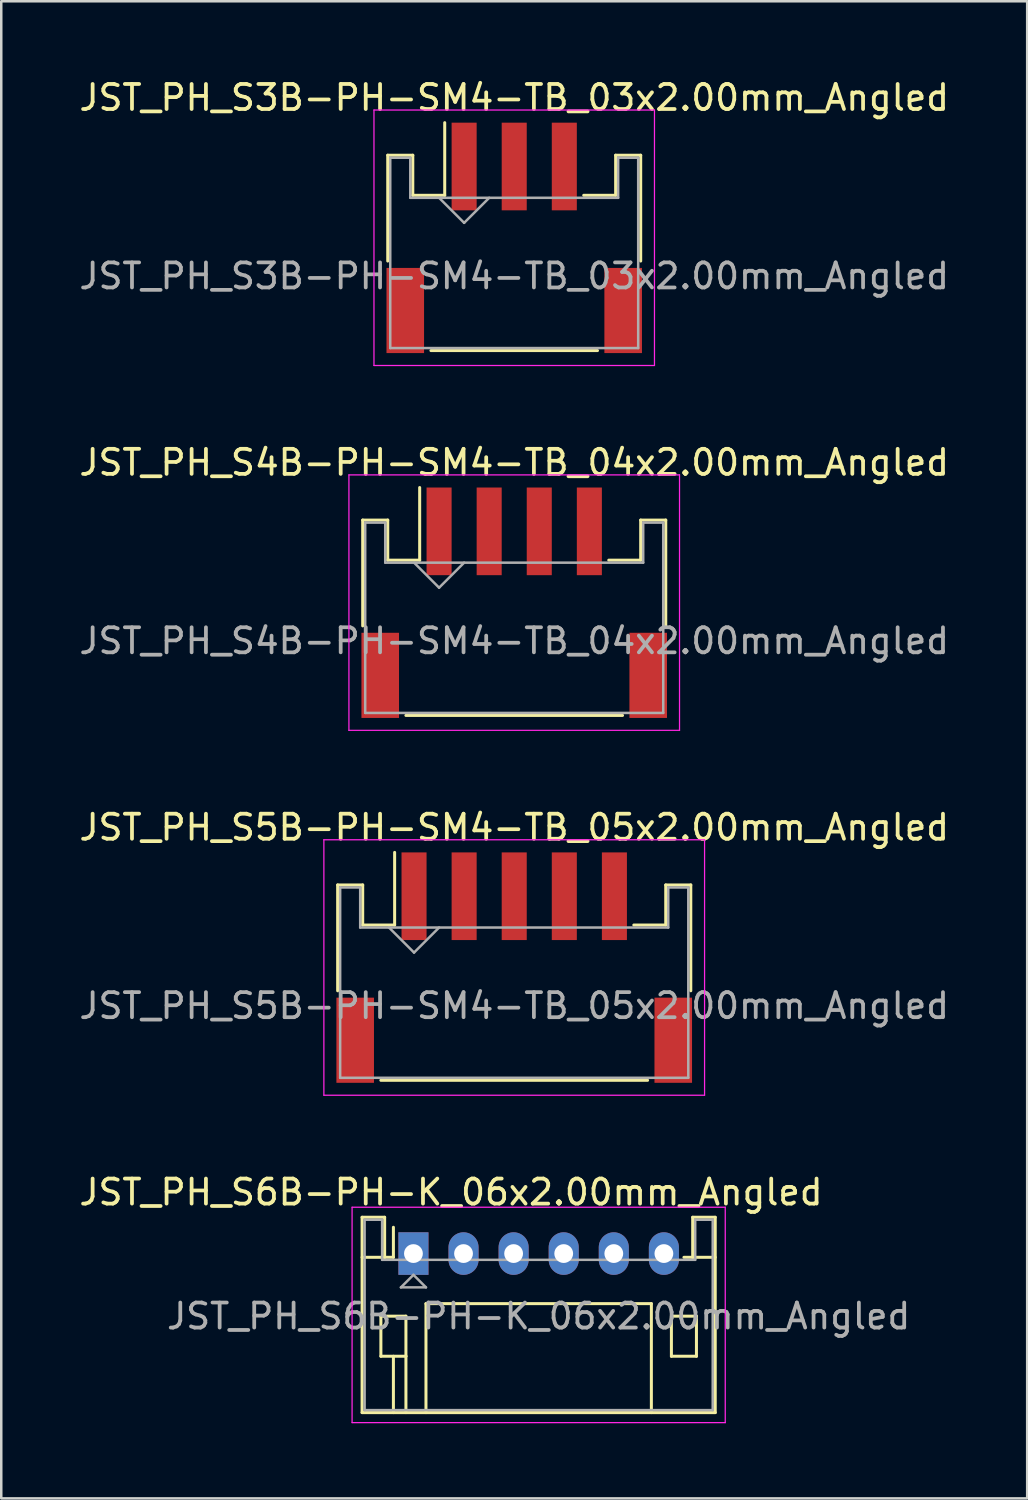
<source format=kicad_pcb>
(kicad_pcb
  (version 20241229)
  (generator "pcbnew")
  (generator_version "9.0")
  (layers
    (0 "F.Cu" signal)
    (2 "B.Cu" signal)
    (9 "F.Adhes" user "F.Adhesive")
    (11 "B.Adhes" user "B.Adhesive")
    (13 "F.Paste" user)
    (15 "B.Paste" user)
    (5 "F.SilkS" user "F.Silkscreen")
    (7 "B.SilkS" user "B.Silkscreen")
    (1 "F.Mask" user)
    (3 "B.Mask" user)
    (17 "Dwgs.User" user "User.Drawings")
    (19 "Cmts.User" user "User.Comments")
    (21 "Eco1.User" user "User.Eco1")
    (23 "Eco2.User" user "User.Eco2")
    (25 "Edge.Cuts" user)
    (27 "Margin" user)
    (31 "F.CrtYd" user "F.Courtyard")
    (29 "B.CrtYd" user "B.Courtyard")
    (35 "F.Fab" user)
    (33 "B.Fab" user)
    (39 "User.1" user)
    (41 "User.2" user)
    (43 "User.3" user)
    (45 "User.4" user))
  (footprint "JST_PH_S5B-PH-SM4-TB_05x2.00mm_Angled"
    (layer "F.Cu")
    (at 17.482 35.61)
    (property "Reference" "JST_PH_S5B-PH-SM4-TB_05x2.00mm_Angled" (at 0 -5.625 0) (layer "F.SilkS") (effects (font (size 1 1) (thickness 0.15))))
    (attr smd)
    (fp_line (start -7.05 -3.325) (end -7.05 0.9) (stroke (width 0.12) (type solid)) (layer "F.SilkS"))
    (fp_line (start -6.05 -3.325) (end -7.05 -3.325) (stroke (width 0.12) (type solid)) (layer "F.SilkS"))
    (fp_line (start -6.05 -1.725) (end -6.05 -3.325) (stroke (width 0.12) (type solid)) (layer "F.SilkS"))
    (fp_line (start -5.325 4.475) (end 5.325 4.475) (stroke (width 0.12) (type solid)) (layer "F.SilkS"))
    (fp_line (start -4.775 -1.725) (end -6.05 -1.725) (stroke (width 0.12) (type solid)) (layer "F.SilkS"))
    (fp_line (start -4.775 -1.725) (end -4.775 -4.625) (stroke (width 0.12) (type solid)) (layer "F.SilkS"))
    (fp_line (start 6.05 -3.325) (end 6.05 -1.725) (stroke (width 0.12) (type solid)) (layer "F.SilkS"))
    (fp_line (start 6.05 -1.725) (end 4.775 -1.725) (stroke (width 0.12) (type solid)) (layer "F.SilkS"))
    (fp_line (start 7.05 -3.325) (end 6.05 -3.325) (stroke (width 0.12) (type solid)) (layer "F.SilkS"))
    (fp_line (start 7.05 0.9) (end 7.05 -3.325) (stroke (width 0.12) (type solid)) (layer "F.SilkS"))
    (fp_line (start -7.6 -5.13) (end -7.6 5.07) (stroke (width 0.05) (type solid)) (layer "F.CrtYd"))
    (fp_line (start -7.6 5.07) (end 7.6 5.07) (stroke (width 0.05) (type solid)) (layer "F.CrtYd"))
    (fp_line (start 7.6 -5.13) (end -7.6 -5.13) (stroke (width 0.05) (type solid)) (layer "F.CrtYd"))
    (fp_line (start 7.6 5.07) (end 7.6 -5.13) (stroke (width 0.05) (type solid)) (layer "F.CrtYd"))
    (fp_line (start -6.95 -3.225) (end -6.95 4.375) (stroke (width 0.1) (type solid)) (layer "F.Fab"))
    (fp_line (start -6.95 4.375) (end 6.95 4.375) (stroke (width 0.1) (type solid)) (layer "F.Fab"))
    (fp_line (start -6.15 -3.225) (end -6.95 -3.225) (stroke (width 0.1) (type solid)) (layer "F.Fab"))
    (fp_line (start -6.15 -1.625) (end -6.15 -3.225) (stroke (width 0.1) (type solid)) (layer "F.Fab"))
    (fp_line (start -5 -1.625) (end -4 -0.625) (stroke (width 0.1) (type solid)) (layer "F.Fab"))
    (fp_line (start -4 -0.625) (end -3 -1.625) (stroke (width 0.1) (type solid)) (layer "F.Fab"))
    (fp_line (start 6.15 -3.225) (end 6.15 -1.625) (stroke (width 0.1) (type solid)) (layer "F.Fab"))
    (fp_line (start 6.15 -1.625) (end -6.15 -1.625) (stroke (width 0.1) (type solid)) (layer "F.Fab"))
    (fp_line (start 6.95 -3.225) (end 6.15 -3.225) (stroke (width 0.1) (type solid)) (layer "F.Fab"))
    (fp_line (start 6.95 4.375) (end 6.95 -3.225) (stroke (width 0.1) (type solid)) (layer "F.Fab"))
    (fp_text user "${REFERENCE}" (at 0 1.5 0) (layer "F.Fab") (effects (font (size 1 1) (thickness 0.15))))
    (pad "" smd rect (at -6.35 2.875) (size 1.5 3.4) (layers "F.Cu" "F.Mask" "F.Paste"))
    (pad "" smd rect (at 6.35 2.875) (size 1.5 3.4) (layers "F.Cu" "F.Mask" "F.Paste"))
    (pad "1" smd rect (at -4 -2.875) (size 1 3.5) (layers "F.Cu" "F.Mask" "F.Paste"))
    (pad "2" smd rect (at -2 -2.875) (size 1 3.5) (layers "F.Cu" "F.Mask" "F.Paste"))
    (pad "3" smd rect (at 0 -2.875) (size 1 3.5) (layers "F.Cu" "F.Mask" "F.Paste"))
    (pad "4" smd rect (at 2 -2.875) (size 1 3.5) (layers "F.Cu" "F.Mask" "F.Paste"))
    (pad "5" smd rect (at 4 -2.875) (size 1 3.5) (layers "F.Cu" "F.Mask" "F.Paste")))
  (footprint "JST_PH_S4B-PH-SM4-TB_04x2.00mm_Angled"
    (layer "F.Cu")
    (at 17.482 21.041)
    (property "Reference" "JST_PH_S4B-PH-SM4-TB_04x2.00mm_Angled" (at 0 -5.625 0) (layer "F.SilkS") (effects (font (size 1 1) (thickness 0.15))))
    (attr smd)
    (fp_line (start -6.05 -3.325) (end -6.05 0.9) (stroke (width 0.12) (type solid)) (layer "F.SilkS"))
    (fp_line (start -5.05 -3.325) (end -6.05 -3.325) (stroke (width 0.12) (type solid)) (layer "F.SilkS"))
    (fp_line (start -5.05 -1.725) (end -5.05 -3.325) (stroke (width 0.12) (type solid)) (layer "F.SilkS"))
    (fp_line (start -4.325 4.475) (end 4.325 4.475) (stroke (width 0.12) (type solid)) (layer "F.SilkS"))
    (fp_line (start -3.775 -1.725) (end -5.05 -1.725) (stroke (width 0.12) (type solid)) (layer "F.SilkS"))
    (fp_line (start -3.775 -1.725) (end -3.775 -4.625) (stroke (width 0.12) (type solid)) (layer "F.SilkS"))
    (fp_line (start 5.05 -3.325) (end 5.05 -1.725) (stroke (width 0.12) (type solid)) (layer "F.SilkS"))
    (fp_line (start 5.05 -1.725) (end 3.775 -1.725) (stroke (width 0.12) (type solid)) (layer "F.SilkS"))
    (fp_line (start 6.05 -3.325) (end 5.05 -3.325) (stroke (width 0.12) (type solid)) (layer "F.SilkS"))
    (fp_line (start 6.05 0.9) (end 6.05 -3.325) (stroke (width 0.12) (type solid)) (layer "F.SilkS"))
    (fp_line (start -6.6 -5.13) (end -6.6 5.07) (stroke (width 0.05) (type solid)) (layer "F.CrtYd"))
    (fp_line (start -6.6 5.07) (end 6.6 5.07) (stroke (width 0.05) (type solid)) (layer "F.CrtYd"))
    (fp_line (start 6.6 -5.13) (end -6.6 -5.13) (stroke (width 0.05) (type solid)) (layer "F.CrtYd"))
    (fp_line (start 6.6 5.07) (end 6.6 -5.13) (stroke (width 0.05) (type solid)) (layer "F.CrtYd"))
    (fp_line (start -5.95 -3.225) (end -5.95 4.375) (stroke (width 0.1) (type solid)) (layer "F.Fab"))
    (fp_line (start -5.95 4.375) (end 5.95 4.375) (stroke (width 0.1) (type solid)) (layer "F.Fab"))
    (fp_line (start -5.15 -3.225) (end -5.95 -3.225) (stroke (width 0.1) (type solid)) (layer "F.Fab"))
    (fp_line (start -5.15 -1.625) (end -5.15 -3.225) (stroke (width 0.1) (type solid)) (layer "F.Fab"))
    (fp_line (start -4 -1.625) (end -3 -0.625) (stroke (width 0.1) (type solid)) (layer "F.Fab"))
    (fp_line (start -3 -0.625) (end -2 -1.625) (stroke (width 0.1) (type solid)) (layer "F.Fab"))
    (fp_line (start 5.15 -3.225) (end 5.15 -1.625) (stroke (width 0.1) (type solid)) (layer "F.Fab"))
    (fp_line (start 5.15 -1.625) (end -5.15 -1.625) (stroke (width 0.1) (type solid)) (layer "F.Fab"))
    (fp_line (start 5.95 -3.225) (end 5.15 -3.225) (stroke (width 0.1) (type solid)) (layer "F.Fab"))
    (fp_line (start 5.95 4.375) (end 5.95 -3.225) (stroke (width 0.1) (type solid)) (layer "F.Fab"))
    (fp_text user "${REFERENCE}" (at 0 1.5 0) (layer "F.Fab") (effects (font (size 1 1) (thickness 0.15))))
    (pad "" smd rect (at -5.35 2.875) (size 1.5 3.4) (layers "F.Cu" "F.Mask" "F.Paste"))
    (pad "" smd rect (at 5.35 2.875) (size 1.5 3.4) (layers "F.Cu" "F.Mask" "F.Paste"))
    (pad "1" smd rect (at -3 -2.875) (size 1 3.5) (layers "F.Cu" "F.Mask" "F.Paste"))
    (pad "2" smd rect (at -1 -2.875) (size 1 3.5) (layers "F.Cu" "F.Mask" "F.Paste"))
    (pad "3" smd rect (at 1 -2.875) (size 1 3.5) (layers "F.Cu" "F.Mask" "F.Paste"))
    (pad "4" smd rect (at 3 -2.875) (size 1 3.5) (layers "F.Cu" "F.Mask" "F.Paste")))
  (footprint "JST_PH_S3B-PH-SM4-TB_03x2.00mm_Angled"
    (layer "F.Cu")
    (at 17.482 6.473)
    (property "Reference" "JST_PH_S3B-PH-SM4-TB_03x2.00mm_Angled" (at 0 -5.625 0) (layer "F.SilkS") (effects (font (size 1 1) (thickness 0.15))))
    (attr smd)
    (fp_line (start -5.05 -3.325) (end -5.05 0.9) (stroke (width 0.12) (type solid)) (layer "F.SilkS"))
    (fp_line (start -4.05 -3.325) (end -5.05 -3.325) (stroke (width 0.12) (type solid)) (layer "F.SilkS"))
    (fp_line (start -4.05 -1.725) (end -4.05 -3.325) (stroke (width 0.12) (type solid)) (layer "F.SilkS"))
    (fp_line (start -3.325 4.475) (end 3.325 4.475) (stroke (width 0.12) (type solid)) (layer "F.SilkS"))
    (fp_line (start -2.775 -1.725) (end -4.05 -1.725) (stroke (width 0.12) (type solid)) (layer "F.SilkS"))
    (fp_line (start -2.775 -1.725) (end -2.775 -4.625) (stroke (width 0.12) (type solid)) (layer "F.SilkS"))
    (fp_line (start 4.05 -3.325) (end 4.05 -1.725) (stroke (width 0.12) (type solid)) (layer "F.SilkS"))
    (fp_line (start 4.05 -1.725) (end 2.775 -1.725) (stroke (width 0.12) (type solid)) (layer "F.SilkS"))
    (fp_line (start 5.05 -3.325) (end 4.05 -3.325) (stroke (width 0.12) (type solid)) (layer "F.SilkS"))
    (fp_line (start 5.05 0.9) (end 5.05 -3.325) (stroke (width 0.12) (type solid)) (layer "F.SilkS"))
    (fp_line (start -5.6 -5.13) (end -5.6 5.07) (stroke (width 0.05) (type solid)) (layer "F.CrtYd"))
    (fp_line (start -5.6 5.07) (end 5.6 5.07) (stroke (width 0.05) (type solid)) (layer "F.CrtYd"))
    (fp_line (start 5.6 -5.13) (end -5.6 -5.13) (stroke (width 0.05) (type solid)) (layer "F.CrtYd"))
    (fp_line (start 5.6 5.07) (end 5.6 -5.13) (stroke (width 0.05) (type solid)) (layer "F.CrtYd"))
    (fp_line (start -4.95 -3.225) (end -4.95 4.375) (stroke (width 0.1) (type solid)) (layer "F.Fab"))
    (fp_line (start -4.95 4.375) (end 4.95 4.375) (stroke (width 0.1) (type solid)) (layer "F.Fab"))
    (fp_line (start -4.15 -3.225) (end -4.95 -3.225) (stroke (width 0.1) (type solid)) (layer "F.Fab"))
    (fp_line (start -4.15 -1.625) (end -4.15 -3.225) (stroke (width 0.1) (type solid)) (layer "F.Fab"))
    (fp_line (start -3 -1.625) (end -2 -0.625) (stroke (width 0.1) (type solid)) (layer "F.Fab"))
    (fp_line (start -2 -0.625) (end -1 -1.625) (stroke (width 0.1) (type solid)) (layer "F.Fab"))
    (fp_line (start 4.15 -3.225) (end 4.15 -1.625) (stroke (width 0.1) (type solid)) (layer "F.Fab"))
    (fp_line (start 4.15 -1.625) (end -4.15 -1.625) (stroke (width 0.1) (type solid)) (layer "F.Fab"))
    (fp_line (start 4.95 -3.225) (end 4.15 -3.225) (stroke (width 0.1) (type solid)) (layer "F.Fab"))
    (fp_line (start 4.95 4.375) (end 4.95 -3.225) (stroke (width 0.1) (type solid)) (layer "F.Fab"))
    (fp_text user "${REFERENCE}" (at 0 1.5 0) (layer "F.Fab") (effects (font (size 1 1) (thickness 0.15))))
    (pad "" smd rect (at -4.35 2.875) (size 1.5 3.4) (layers "F.Cu" "F.Mask" "F.Paste"))
    (pad "" smd rect (at 4.35 2.875) (size 1.5 3.4) (layers "F.Cu" "F.Mask" "F.Paste"))
    (pad "1" smd rect (at -2 -2.875) (size 1 3.5) (layers "F.Cu" "F.Mask" "F.Paste"))
    (pad "2" smd rect (at 0 -2.875) (size 1 3.5) (layers "F.Cu" "F.Mask" "F.Paste"))
    (pad "3" smd rect (at 2 -2.875) (size 1 3.5) (layers "F.Cu" "F.Mask" "F.Paste")))
  (footprint "JST_PH_S6B-PH-K_06x2.00mm_Angled"
    (layer "F.Cu")
    (at 13.458 47.003)
    (property "Reference" "JST_PH_S6B-PH-K_06x2.00mm_Angled" (at 1.5 -2.45 0) (layer "F.SilkS") (effects (font (size 1 1) (thickness 0.15))))
    (attr through_hole)
    (fp_line (start -2.05 -1.45) (end -2.05 6.35) (stroke (width 0.12) (type solid)) (layer "F.SilkS"))
    (fp_line (start -2.05 0.15) (end -1.15 0.15) (stroke (width 0.12) (type solid)) (layer "F.SilkS"))
    (fp_line (start -2.05 6.35) (end 12.05 6.35) (stroke (width 0.12) (type solid)) (layer "F.SilkS"))
    (fp_line (start -1.3 2.5) (end -1.3 4.1) (stroke (width 0.12) (type solid)) (layer "F.SilkS"))
    (fp_line (start -1.3 4.1) (end -0.3 4.1) (stroke (width 0.12) (type solid)) (layer "F.SilkS"))
    (fp_line (start -1.15 -1.45) (end -2.05 -1.45) (stroke (width 0.12) (type solid)) (layer "F.SilkS"))
    (fp_line (start -1.15 0.15) (end -1.15 -1.45) (stroke (width 0.12) (type solid)) (layer "F.SilkS"))
    (fp_line (start -0.8 0.15) (end -1.15 0.15) (stroke (width 0.12) (type solid)) (layer "F.SilkS"))
    (fp_line (start -0.8 0.15) (end -0.8 -1.05) (stroke (width 0.12) (type solid)) (layer "F.SilkS"))
    (fp_line (start -0.8 4.1) (end -0.8 6.35) (stroke (width 0.12) (type solid)) (layer "F.SilkS"))
    (fp_line (start -0.3 2.5) (end -1.3 2.5) (stroke (width 0.12) (type solid)) (layer "F.SilkS"))
    (fp_line (start -0.3 4.1) (end -0.3 2.5) (stroke (width 0.12) (type solid)) (layer "F.SilkS"))
    (fp_line (start -0.3 4.1) (end -0.3 6.35) (stroke (width 0.12) (type solid)) (layer "F.SilkS"))
    (fp_line (start 0.5 2) (end 9.5 2) (stroke (width 0.12) (type solid)) (layer "F.SilkS"))
    (fp_line (start 0.5 6.35) (end 0.5 2) (stroke (width 0.12) (type solid)) (layer "F.SilkS"))
    (fp_line (start 9.5 2) (end 9.5 6.35) (stroke (width 0.12) (type solid)) (layer "F.SilkS"))
    (fp_line (start 10.3 2.5) (end 11.3 2.5) (stroke (width 0.12) (type solid)) (layer "F.SilkS"))
    (fp_line (start 10.3 4.1) (end 10.3 2.5) (stroke (width 0.12) (type solid)) (layer "F.SilkS"))
    (fp_line (start 11.15 -1.45) (end 11.15 0.15) (stroke (width 0.12) (type solid)) (layer "F.SilkS"))
    (fp_line (start 11.15 0.15) (end 10.8 0.15) (stroke (width 0.12) (type solid)) (layer "F.SilkS"))
    (fp_line (start 11.3 2.5) (end 11.3 4.1) (stroke (width 0.12) (type solid)) (layer "F.SilkS"))
    (fp_line (start 11.3 4.1) (end 10.3 4.1) (stroke (width 0.12) (type solid)) (layer "F.SilkS"))
    (fp_line (start 12.05 -1.45) (end 11.15 -1.45) (stroke (width 0.12) (type solid)) (layer "F.SilkS"))
    (fp_line (start 12.05 0.15) (end 11.15 0.15) (stroke (width 0.12) (type solid)) (layer "F.SilkS"))
    (fp_line (start 12.05 6.35) (end 12.05 -1.45) (stroke (width 0.12) (type solid)) (layer "F.SilkS"))
    (fp_line (start -2.45 -1.85) (end -2.45 6.75) (stroke (width 0.05) (type solid)) (layer "F.CrtYd"))
    (fp_line (start -2.45 6.75) (end 12.45 6.75) (stroke (width 0.05) (type solid)) (layer "F.CrtYd"))
    (fp_line (start 12.45 -1.85) (end -2.45 -1.85) (stroke (width 0.05) (type solid)) (layer "F.CrtYd"))
    (fp_line (start 12.45 6.75) (end 12.45 -1.85) (stroke (width 0.05) (type solid)) (layer "F.CrtYd"))
    (fp_line (start -1.95 -1.35) (end -1.95 6.25) (stroke (width 0.1) (type solid)) (layer "F.Fab"))
    (fp_line (start -1.95 6.25) (end 11.95 6.25) (stroke (width 0.1) (type solid)) (layer "F.Fab"))
    (fp_line (start -1.25 -1.35) (end -1.95 -1.35) (stroke (width 0.1) (type solid)) (layer "F.Fab"))
    (fp_line (start -1.25 0.25) (end -1.25 -1.35) (stroke (width 0.1) (type solid)) (layer "F.Fab"))
    (fp_line (start -0.5 1.35) (end 0.5 1.35) (stroke (width 0.1) (type solid)) (layer "F.Fab"))
    (fp_line (start 0 0.85) (end -0.5 1.35) (stroke (width 0.1) (type solid)) (layer "F.Fab"))
    (fp_line (start 0.5 1.35) (end 0 0.85) (stroke (width 0.1) (type solid)) (layer "F.Fab"))
    (fp_line (start 11.25 -1.35) (end 11.25 0.25) (stroke (width 0.1) (type solid)) (layer "F.Fab"))
    (fp_line (start 11.25 0.25) (end -1.25 0.25) (stroke (width 0.1) (type solid)) (layer "F.Fab"))
    (fp_line (start 11.95 -1.35) (end 11.25 -1.35) (stroke (width 0.1) (type solid)) (layer "F.Fab"))
    (fp_line (start 11.95 6.25) (end 11.95 -1.35) (stroke (width 0.1) (type solid)) (layer "F.Fab"))
    (fp_text user "${REFERENCE}" (at 5 2.5 0) (layer "F.Fab") (effects (font (size 1 1) (thickness 0.15))))
    (pad "1" thru_hole rect (at 0 0) (size 1.2 1.7) (drill 0.75) (layers "*.Cu" "*.Mask"))
    (pad "2" thru_hole oval (at 2 0) (size 1.2 1.7) (drill 0.75) (layers "*.Cu" "*.Mask"))
    (pad "3" thru_hole oval (at 4 0) (size 1.2 1.7) (drill 0.75) (layers "*.Cu" "*.Mask"))
    (pad "4" thru_hole oval (at 6 0) (size 1.2 1.7) (drill 0.75) (layers "*.Cu" "*.Mask"))
    (pad "5" thru_hole oval (at 8 0) (size 1.2 1.7) (drill 0.75) (layers "*.Cu" "*.Mask"))
    (pad "6" thru_hole oval (at 10 0) (size 1.2 1.7) (drill 0.75) (layers "*.Cu" "*.Mask")))
  (gr_rect
    (start -3 -3)
    (end 37.964 56.778)
    (stroke (width 0.1) (type default))
    (fill no)
    (layer "Edge.Cuts")))
</source>
